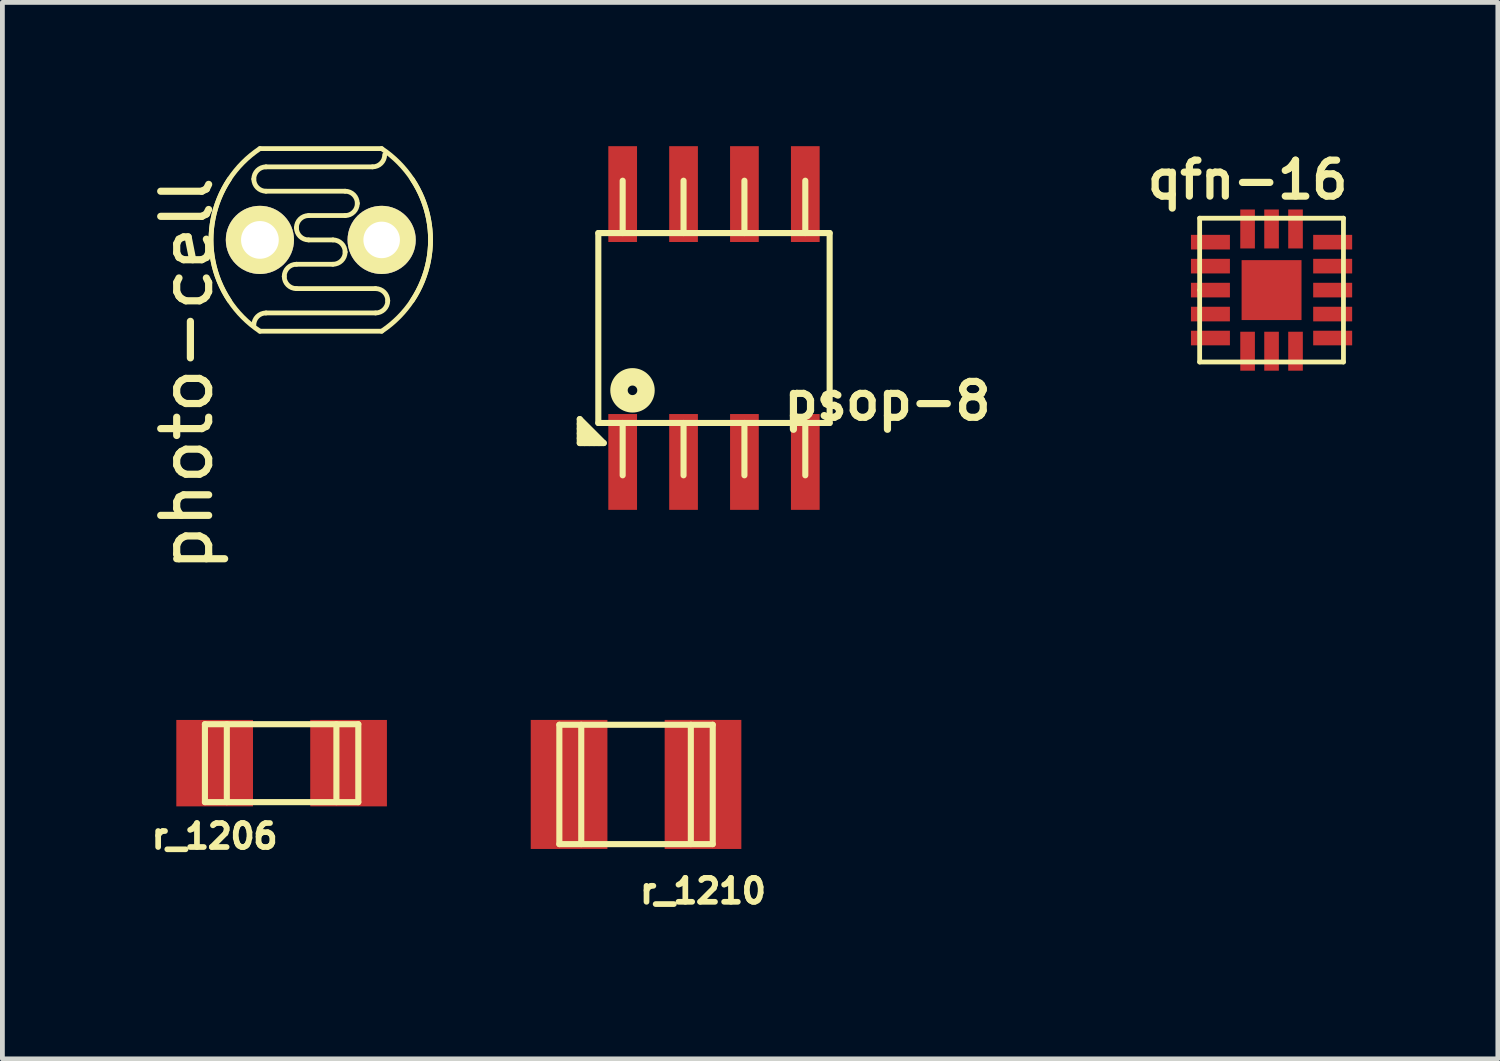
<source format=kicad_pcb>
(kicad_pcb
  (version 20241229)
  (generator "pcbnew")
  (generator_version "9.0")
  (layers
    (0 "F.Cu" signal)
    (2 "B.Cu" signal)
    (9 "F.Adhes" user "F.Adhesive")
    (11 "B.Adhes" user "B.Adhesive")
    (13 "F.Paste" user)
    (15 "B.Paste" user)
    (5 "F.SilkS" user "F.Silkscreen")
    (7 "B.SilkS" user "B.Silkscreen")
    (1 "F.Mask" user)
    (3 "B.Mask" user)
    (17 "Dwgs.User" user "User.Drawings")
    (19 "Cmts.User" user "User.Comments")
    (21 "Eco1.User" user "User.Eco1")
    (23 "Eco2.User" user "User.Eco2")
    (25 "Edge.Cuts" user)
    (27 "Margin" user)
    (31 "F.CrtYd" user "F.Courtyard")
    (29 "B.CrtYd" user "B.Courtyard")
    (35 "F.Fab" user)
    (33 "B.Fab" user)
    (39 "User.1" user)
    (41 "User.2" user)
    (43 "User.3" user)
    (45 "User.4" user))
  (footprint "qfn-16"
    (layer "F.Cu")
    (at 23.477 3.002)
    (property "Reference" "qfn-16" (at -0.5 -2.3 0) (layer "F.SilkS") (effects (font (size 0.75 0.75) (thickness 0.15))))
    (attr smd)
    (fp_line (start -1.5 -1.5) (end -1.5 0) (stroke (width 0.1) (type solid)) (layer "F.SilkS"))
    (fp_line (start -1.5 -1.5) (end 1.5 -1.5) (stroke (width 0.1) (type solid)) (layer "F.SilkS"))
    (fp_line (start -1.5 0) (end -1.5 1.5) (stroke (width 0.1) (type solid)) (layer "F.SilkS"))
    (fp_line (start -1.5 1.5) (end 1.5 1.5) (stroke (width 0.1) (type solid)) (layer "F.SilkS"))
    (fp_line (start 1.5 1.5) (end 1.5 -1.5) (stroke (width 0.1) (type solid)) (layer "F.SilkS"))
    (pad "" smd rect (at 0 0) (size 1.25 1.25) (layers "F.Cu" "F.Mask" "F.Paste"))
    (pad "1" smd rect (at -1.275 -1) (size 0.813 0.305) (layers "F.Cu" "F.Mask" "F.Paste"))
    (pad "2" smd rect (at -1.275 -0.5) (size 0.813 0.305) (layers "F.Cu" "F.Mask" "F.Paste"))
    (pad "3" smd rect (at -1.275 0) (size 0.813 0.305) (layers "F.Cu" "F.Mask" "F.Paste"))
    (pad "4" smd rect (at -1.275 0.5) (size 0.813 0.305) (layers "F.Cu" "F.Mask" "F.Paste"))
    (pad "5" smd rect (at -1.275 1) (size 0.813 0.305) (layers "F.Cu" "F.Mask" "F.Paste"))
    (pad "6" smd rect (at -0.5 1.275) (size 0.305 0.813) (layers "F.Cu" "F.Mask" "F.Paste"))
    (pad "7" smd rect (at 0 1.275) (size 0.305 0.813) (layers "F.Cu" "F.Mask" "F.Paste"))
    (pad "8" smd rect (at 0.5 1.275) (size 0.305 0.813) (layers "F.Cu" "F.Mask" "F.Paste"))
    (pad "9" smd rect (at 1.275 1) (size 0.813 0.305) (layers "F.Cu" "F.Mask" "F.Paste"))
    (pad "10" smd rect (at 1.275 0.5) (size 0.813 0.305) (layers "F.Cu" "F.Mask" "F.Paste"))
    (pad "11" smd rect (at 1.275 0) (size 0.813 0.305) (layers "F.Cu" "F.Mask" "F.Paste"))
    (pad "12" smd rect (at 1.275 -0.5) (size 0.813 0.305) (layers "F.Cu" "F.Mask" "F.Paste"))
    (pad "13" smd rect (at 1.275 -1) (size 0.813 0.305) (layers "F.Cu" "F.Mask" "F.Paste"))
    (pad "14" smd rect (at 0.5 -1.275) (size 0.305 0.813) (layers "F.Cu" "F.Mask" "F.Paste"))
    (pad "15" smd rect (at 0 -1.275) (size 0.305 0.813) (layers "F.Cu" "F.Mask" "F.Paste"))
    (pad "16" smd rect (at -0.5 -1.275) (size 0.305 0.813) (layers "F.Cu" "F.Mask" "F.Paste")))
  (footprint "r_1206"
    (layer "F.Cu")
    (at 2.825 12.871)
    (property "Reference" "r_1206" (at -1.397 1.524 0) (layer "F.SilkS") (effects (font (size 0.5 0.5) (thickness 0.119))))
    (attr through_hole)
    (fp_line (start -1.6 -0.813) (end -1.6 0.813) (stroke (width 0.127) (type solid)) (layer "F.SilkS"))
    (fp_line (start -1.6 0.813) (end 1.6 0.813) (stroke (width 0.127) (type solid)) (layer "F.SilkS"))
    (fp_line (start -1.143 -0.813) (end -1.143 0.813) (stroke (width 0.127) (type solid)) (layer "F.SilkS"))
    (fp_line (start 1.143 0.813) (end 1.143 -0.813) (stroke (width 0.127) (type solid)) (layer "F.SilkS"))
    (fp_line (start 1.6 -0.813) (end -1.6 -0.813) (stroke (width 0.127) (type solid)) (layer "F.SilkS"))
    (fp_line (start 1.6 0.813) (end 1.6 -0.813) (stroke (width 0.127) (type solid)) (layer "F.SilkS"))
    (pad "1" smd rect (at 1.397 0) (size 1.6 1.803) (layers "F.Cu" "F.Mask" "F.Paste"))
    (pad "2" smd rect (at -1.397 0) (size 1.6 1.803) (layers "F.Cu" "F.Mask" "F.Paste")))
  (footprint "r_1210"
    (layer "F.Cu")
    (at 10.219 13.315)
    (property "Reference" "r_1210" (at 1.397 2.223 180) (layer "F.SilkS") (effects (font (size 0.5 0.5) (thickness 0.119))))
    (attr through_hole)
    (fp_line (start -1.6 -1.245) (end -1.6 1.245) (stroke (width 0.127) (type solid)) (layer "F.SilkS"))
    (fp_line (start -1.6 1.245) (end 1.6 1.245) (stroke (width 0.127) (type solid)) (layer "F.SilkS"))
    (fp_line (start -1.143 1.245) (end -1.143 -1.245) (stroke (width 0.127) (type solid)) (layer "F.SilkS"))
    (fp_line (start 1.143 -1.245) (end 1.143 1.245) (stroke (width 0.127) (type solid)) (layer "F.SilkS"))
    (fp_line (start 1.6 -1.245) (end -1.6 -1.245) (stroke (width 0.127) (type solid)) (layer "F.SilkS"))
    (fp_line (start 1.6 1.245) (end 1.6 -1.245) (stroke (width 0.127) (type solid)) (layer "F.SilkS"))
    (pad "1" smd rect (at 1.397 0) (size 1.6 2.692) (layers "F.Cu" "F.Mask" "F.Paste"))
    (pad "2" smd rect (at -1.397 0) (size 1.6 2.692) (layers "F.Cu" "F.Mask" "F.Paste")))
  (footprint "photo-cell"
    (layer "F.Cu")
    (at 3.642 1.955)
    (property "Reference" "photo-cell" (at -2.794 2.794 90) (layer "F.SilkS") (effects (font (size 1 1) (thickness 0.15))))
    (attr through_hole)
    (fp_line (start -1.27 1.905) (end 1.27 1.905) (stroke (width 0.1) (type solid)) (layer "F.SilkS"))
    (fp_line (start -1.143 -1.524) (end 1.079 -1.524) (stroke (width 0.1) (type solid)) (layer "F.SilkS"))
    (fp_line (start -1.143 1.524) (end 1.143 1.524) (stroke (width 0.1) (type solid)) (layer "F.SilkS"))
    (fp_line (start -0.508 0.508) (end 0.254 0.508) (stroke (width 0.1) (type solid)) (layer "F.SilkS"))
    (fp_line (start -0.254 -0.508) (end 0.508 -0.508) (stroke (width 0.1) (type solid)) (layer "F.SilkS"))
    (fp_line (start -0.254 0) (end 0.254 0) (stroke (width 0.1) (type solid)) (layer "F.SilkS"))
    (fp_line (start 0.508 -1.016) (end -1.143 -1.016) (stroke (width 0.1) (type solid)) (layer "F.SilkS"))
    (fp_line (start 1.143 1.016) (end -0.508 1.016) (stroke (width 0.1) (type solid)) (layer "F.SilkS"))
    (fp_line (start 1.27 -1.905) (end -1.27 -1.905) (stroke (width 0.1) (type solid)) (layer "F.SilkS"))
    (fp_arc (start -1.905 1.27) (mid -2.245064 -0.449013) (end -1.27 -1.905) (stroke (width 0.1) (type solid)) (layer "F.SilkS"))
    (fp_arc (start -1.397 -1.27) (mid -1.322605 -1.449605) (end -1.143 -1.524) (stroke (width 0.1) (type solid)) (layer "F.SilkS"))
    (fp_arc (start -1.397 1.778) (mid -1.322605 1.598395) (end -1.143 1.524) (stroke (width 0.1) (type solid)) (layer "F.SilkS"))
    (fp_arc (start -1.27 1.905) (mid -2.245064 0.449013) (end -1.905 -1.27) (stroke (width 0.1) (type solid)) (layer "F.SilkS"))
    (fp_arc (start -1.143 -1.016) (mid -1.322605 -1.090395) (end -1.397 -1.27) (stroke (width 0.1) (type solid)) (layer "F.SilkS"))
    (fp_arc (start -0.762 0.762) (mid -0.687605 0.582395) (end -0.508 0.508) (stroke (width 0.1) (type solid)) (layer "F.SilkS"))
    (fp_arc (start -0.508 -0.254) (mid -0.433605 -0.433605) (end -0.254 -0.508) (stroke (width 0.1) (type solid)) (layer "F.SilkS"))
    (fp_arc (start -0.508 1.016) (mid -0.687605 0.941605) (end -0.762 0.762) (stroke (width 0.1) (type solid)) (layer "F.SilkS"))
    (fp_arc (start -0.254 0) (mid -0.433605 -0.074395) (end -0.508 -0.254) (stroke (width 0.1) (type solid)) (layer "F.SilkS"))
    (fp_arc (start 0.254 0) (mid 0.433605 0.074395) (end 0.508 0.254) (stroke (width 0.1) (type solid)) (layer "F.SilkS"))
    (fp_arc (start 0.508 -1.016) (mid 0.687605 -0.941605) (end 0.762 -0.762) (stroke (width 0.1) (type solid)) (layer "F.SilkS"))
    (fp_arc (start 0.508 0.254) (mid 0.433605 0.433605) (end 0.254 0.508) (stroke (width 0.1) (type solid)) (layer "F.SilkS"))
    (fp_arc (start 0.762 -0.762) (mid 0.687605 -0.582395) (end 0.508 -0.508) (stroke (width 0.1) (type solid)) (layer "F.SilkS"))
    (fp_arc (start 1.143 1.016) (mid 1.322605 1.090395) (end 1.397 1.27) (stroke (width 0.1) (type solid)) (layer "F.SilkS"))
    (fp_arc (start 1.27 -1.905) (mid 2.245064 -0.449013) (end 1.905 1.27) (stroke (width 0.1) (type solid)) (layer "F.SilkS"))
    (fp_arc (start 1.3335 -1.778) (mid 1.259105 -1.598395) (end 1.0795 -1.524) (stroke (width 0.1) (type solid)) (layer "F.SilkS"))
    (fp_arc (start 1.397 1.27) (mid 1.322605 1.449605) (end 1.143 1.524) (stroke (width 0.1) (type solid)) (layer "F.SilkS"))
    (fp_arc (start 1.905 -1.27) (mid 2.245064 0.449013) (end 1.27 1.905) (stroke (width 0.1) (type solid)) (layer "F.SilkS"))
    (pad "1" thru_hole circle (at -1.27 0) (size 1.422 1.422) (drill 0.787) (layers "*.Cu" "*.Mask" "F.SilkS"))
    (pad "2" thru_hole circle (at 1.27 0) (size 1.422 1.422) (drill 0.762) (layers "*.Cu" "*.Mask" "F.SilkS")))
  (footprint "psop-8"
    (layer "F.Cu")
    (at 11.845 3.793)
    (property "Reference" "psop-8" (at 3.619 1.524 0) (layer "F.SilkS") (effects (font (size 0.749 0.749) (thickness 0.15))))
    (attr smd)
    (fp_line (start -2.8 1.9) (end -2.3 2.4) (stroke (width 0.127) (type solid)) (layer "F.SilkS"))
    (fp_line (start -2.8 2.4) (end -2.8 1.9) (stroke (width 0.127) (type solid)) (layer "F.SilkS"))
    (fp_line (start -2.7 2.4) (end -2.8 2.3) (stroke (width 0.127) (type solid)) (layer "F.SilkS"))
    (fp_line (start -2.6 2.4) (end -2.8 2.2) (stroke (width 0.127) (type solid)) (layer "F.SilkS"))
    (fp_line (start -2.5 2.4) (end -2.8 2.1) (stroke (width 0.127) (type solid)) (layer "F.SilkS"))
    (fp_line (start -2.413 -1.981) (end -2.413 1.981) (stroke (width 0.127) (type solid)) (layer "F.SilkS"))
    (fp_line (start -2.413 1.981) (end 2.413 1.981) (stroke (width 0.127) (type solid)) (layer "F.SilkS"))
    (fp_line (start -2.4 2.4) (end -2.8 2) (stroke (width 0.127) (type solid)) (layer "F.SilkS"))
    (fp_line (start -2.3 2.4) (end -2.8 2.4) (stroke (width 0.127) (type solid)) (layer "F.SilkS"))
    (fp_line (start -1.905 -1.981) (end -1.905 -3.073) (stroke (width 0.127) (type solid)) (layer "F.SilkS"))
    (fp_line (start -1.905 3.073) (end -1.905 1.981) (stroke (width 0.127) (type solid)) (layer "F.SilkS"))
    (fp_line (start -0.635 -1.981) (end -0.635 -3.073) (stroke (width 0.127) (type solid)) (layer "F.SilkS"))
    (fp_line (start -0.635 3.073) (end -0.635 1.981) (stroke (width 0.127) (type solid)) (layer "F.SilkS"))
    (fp_line (start 0.635 -1.981) (end 0.635 -3.073) (stroke (width 0.127) (type solid)) (layer "F.SilkS"))
    (fp_line (start 0.635 3.073) (end 0.635 1.981) (stroke (width 0.127) (type solid)) (layer "F.SilkS"))
    (fp_line (start 1.905 -3.073) (end 1.905 -1.981) (stroke (width 0.127) (type solid)) (layer "F.SilkS"))
    (fp_line (start 1.905 1.981) (end 1.905 3.073) (stroke (width 0.127) (type solid)) (layer "F.SilkS"))
    (fp_line (start 2.413 -1.981) (end -2.413 -1.981) (stroke (width 0.127) (type solid)) (layer "F.SilkS"))
    (fp_line (start 2.413 1.981) (end 2.413 -1.981) (stroke (width 0.127) (type solid)) (layer "F.SilkS"))
    (fp_circle (center -1.7 1.3) (end -2.1 1.3) (stroke (width 0.127) (type solid)) (fill no) (layer "F.SilkS"))
    (fp_circle (center -1.7 1.3) (end -2 1.3) (stroke (width 0.127) (type solid)) (fill no) (layer "F.SilkS"))
    (fp_circle (center -1.7 1.3) (end -1.9 1.3) (stroke (width 0.127) (type solid)) (fill no) (layer "F.SilkS"))
    (fp_circle (center -1.7 1.3) (end -1.8 1.3) (stroke (width 0.3) (type solid)) (fill no) (layer "F.SilkS"))
    (pad "1" smd rect (at -1.905 2.794) (size 0.599 1.999) (layers "F.Cu" "F.Mask" "F.Paste"))
    (pad "2" smd rect (at -0.635 2.794) (size 0.599 1.999) (layers "F.Cu" "F.Mask" "F.Paste"))
    (pad "3" smd rect (at 0.635 2.794) (size 0.599 1.999) (layers "F.Cu" "F.Mask" "F.Paste"))
    (pad "4" smd rect (at 1.905 2.794) (size 0.599 1.999) (layers "F.Cu" "F.Mask" "F.Paste"))
    (pad "5" smd rect (at 1.905 -2.794) (size 0.599 1.999) (layers "F.Cu" "F.Mask" "F.Paste"))
    (pad "6" smd rect (at 0.635 -2.794) (size 0.599 1.999) (layers "F.Cu" "F.Mask" "F.Paste"))
    (pad "7" smd rect (at -0.635 -2.794) (size 0.599 1.999) (layers "F.Cu" "F.Mask" "F.Paste"))
    (pad "8" smd rect (at -1.905 -2.794) (size 0.599 1.999) (layers "F.Cu" "F.Mask" "F.Paste")))
  (gr_rect
    (start -3 -3)
    (end 28.198 19.04)
    (stroke (width 0.1) (type default))
    (fill no)
    (layer "Edge.Cuts")))
</source>
